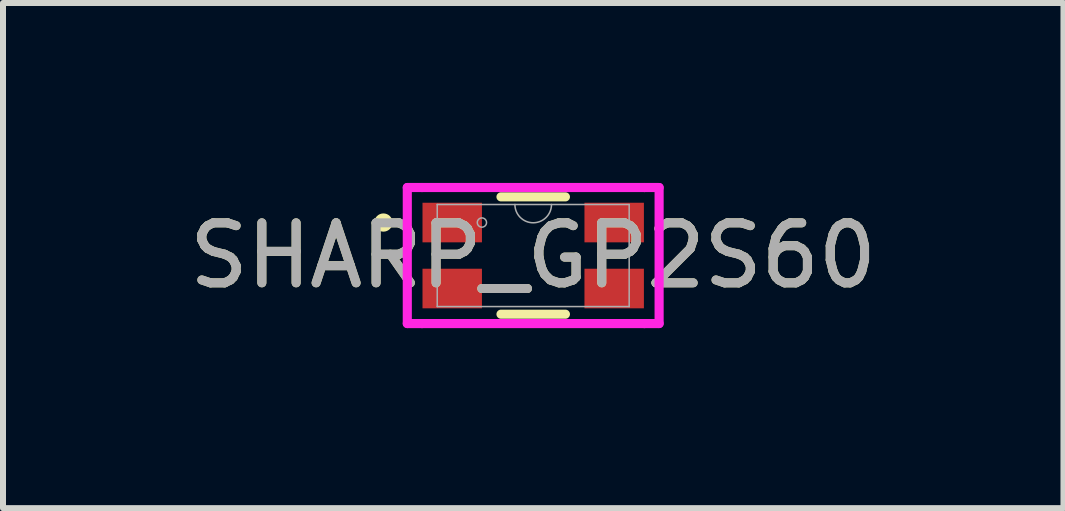
<source format=kicad_pcb>
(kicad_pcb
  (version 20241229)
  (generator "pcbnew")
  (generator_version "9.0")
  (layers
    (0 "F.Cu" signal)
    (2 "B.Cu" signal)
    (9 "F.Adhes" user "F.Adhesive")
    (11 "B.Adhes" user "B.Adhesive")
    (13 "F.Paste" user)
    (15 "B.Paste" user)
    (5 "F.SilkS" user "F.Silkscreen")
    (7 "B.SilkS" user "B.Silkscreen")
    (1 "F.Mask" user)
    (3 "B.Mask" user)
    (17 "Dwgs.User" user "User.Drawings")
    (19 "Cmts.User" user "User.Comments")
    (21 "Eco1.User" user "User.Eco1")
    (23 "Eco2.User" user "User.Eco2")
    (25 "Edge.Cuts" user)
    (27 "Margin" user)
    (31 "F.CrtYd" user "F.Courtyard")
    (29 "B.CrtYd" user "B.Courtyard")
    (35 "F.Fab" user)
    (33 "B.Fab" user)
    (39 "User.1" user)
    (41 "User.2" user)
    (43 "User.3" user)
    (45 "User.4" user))
  (footprint "SHARP_GP2S60"
    (layer "F.Cu")
    (at 5.839 1.21)
    (property "Reference" "SHARP_GP2S60" (at 0 0 0) (unlocked yes) (layer "F.SilkS") (effects (font (size 1 1) (thickness 0.15))))
    (attr smd)
    (fp_line (start -0.537 0.978) (end 0.537 0.978) (stroke (width 0.152) (type solid)) (layer "F.SilkS"))
    (fp_line (start 0.537 -0.978) (end -0.537 -0.978) (stroke (width 0.152) (type solid)) (layer "F.SilkS"))
    (fp_circle (center -2.497 -0.55) (end -2.421 -0.55) (stroke (width 0.152) (type solid)) (fill no) (layer "F.SilkS"))
    (fp_line (start -2.099 -1.134) (end -1.854 -1.134) (stroke (width 0.152) (type solid)) (layer "F.CrtYd"))
    (fp_line (start -2.099 1.134) (end -2.099 -1.134) (stroke (width 0.152) (type solid)) (layer "F.CrtYd"))
    (fp_line (start -2.099 1.134) (end -1.854 1.134) (stroke (width 0.152) (type solid)) (layer "F.CrtYd"))
    (fp_line (start -1.854 -1.134) (end -1.854 -1.134) (stroke (width 0.152) (type solid)) (layer "F.CrtYd"))
    (fp_line (start -1.854 -1.134) (end 1.854 -1.134) (stroke (width 0.152) (type solid)) (layer "F.CrtYd"))
    (fp_line (start -1.854 1.134) (end -1.854 1.134) (stroke (width 0.152) (type solid)) (layer "F.CrtYd"))
    (fp_line (start 1.854 -1.134) (end 1.854 -1.134) (stroke (width 0.152) (type solid)) (layer "F.CrtYd"))
    (fp_line (start 1.854 1.134) (end -1.854 1.134) (stroke (width 0.152) (type solid)) (layer "F.CrtYd"))
    (fp_line (start 1.854 1.134) (end 1.854 1.134) (stroke (width 0.152) (type solid)) (layer "F.CrtYd"))
    (fp_line (start 2.099 -1.134) (end 1.854 -1.134) (stroke (width 0.152) (type solid)) (layer "F.CrtYd"))
    (fp_line (start 2.099 -1.134) (end 2.099 1.134) (stroke (width 0.152) (type solid)) (layer "F.CrtYd"))
    (fp_line (start 2.099 1.134) (end 1.854 1.134) (stroke (width 0.152) (type solid)) (layer "F.CrtYd"))
    (fp_line (start -1.6 -0.851) (end -1.6 0.851) (stroke (width 0.025) (type solid)) (layer "F.Fab"))
    (fp_line (start -1.6 0.851) (end 1.6 0.851) (stroke (width 0.025) (type solid)) (layer "F.Fab"))
    (fp_line (start 1.6 -0.851) (end -1.6 -0.851) (stroke (width 0.025) (type solid)) (layer "F.Fab"))
    (fp_line (start 1.6 0.851) (end 1.6 -0.851) (stroke (width 0.025) (type solid)) (layer "F.Fab"))
    (fp_arc (start 0.3048 -0.8509) (mid 0 -0.5461) (end -0.3048 -0.8509) (stroke (width 0.0254) (type solid)) (layer "F.Fab"))
    (fp_circle (center -0.855 -0.55) (end -0.778 -0.55) (stroke (width 0.025) (type solid)) (fill no) (layer "F.Fab"))
    (fp_text user "${REFERENCE}" (at 0 0 0) (unlocked yes) (layer "F.Fab") (effects (font (size 1 1) (thickness 0.15))))
    (pad "1" smd rect (at -1.35 -0.55) (size 0.991 0.66) (layers "F.Cu" "F.Mask" "F.Paste"))
    (pad "2" smd rect (at -1.35 0.55) (size 0.991 0.66) (layers "F.Cu" "F.Mask" "F.Paste"))
    (pad "3" smd rect (at 1.35 0.55) (size 0.991 0.66) (layers "F.Cu" "F.Mask" "F.Paste"))
    (pad "4" smd rect (at 1.35 -0.55) (size 0.991 0.66) (layers "F.Cu" "F.Mask" "F.Paste")))
  (gr_rect
    (start -3 -3)
    (end 14.679 5.421)
    (stroke (width 0.1) (type default))
    (fill no)
    (layer "Edge.Cuts")))
</source>
